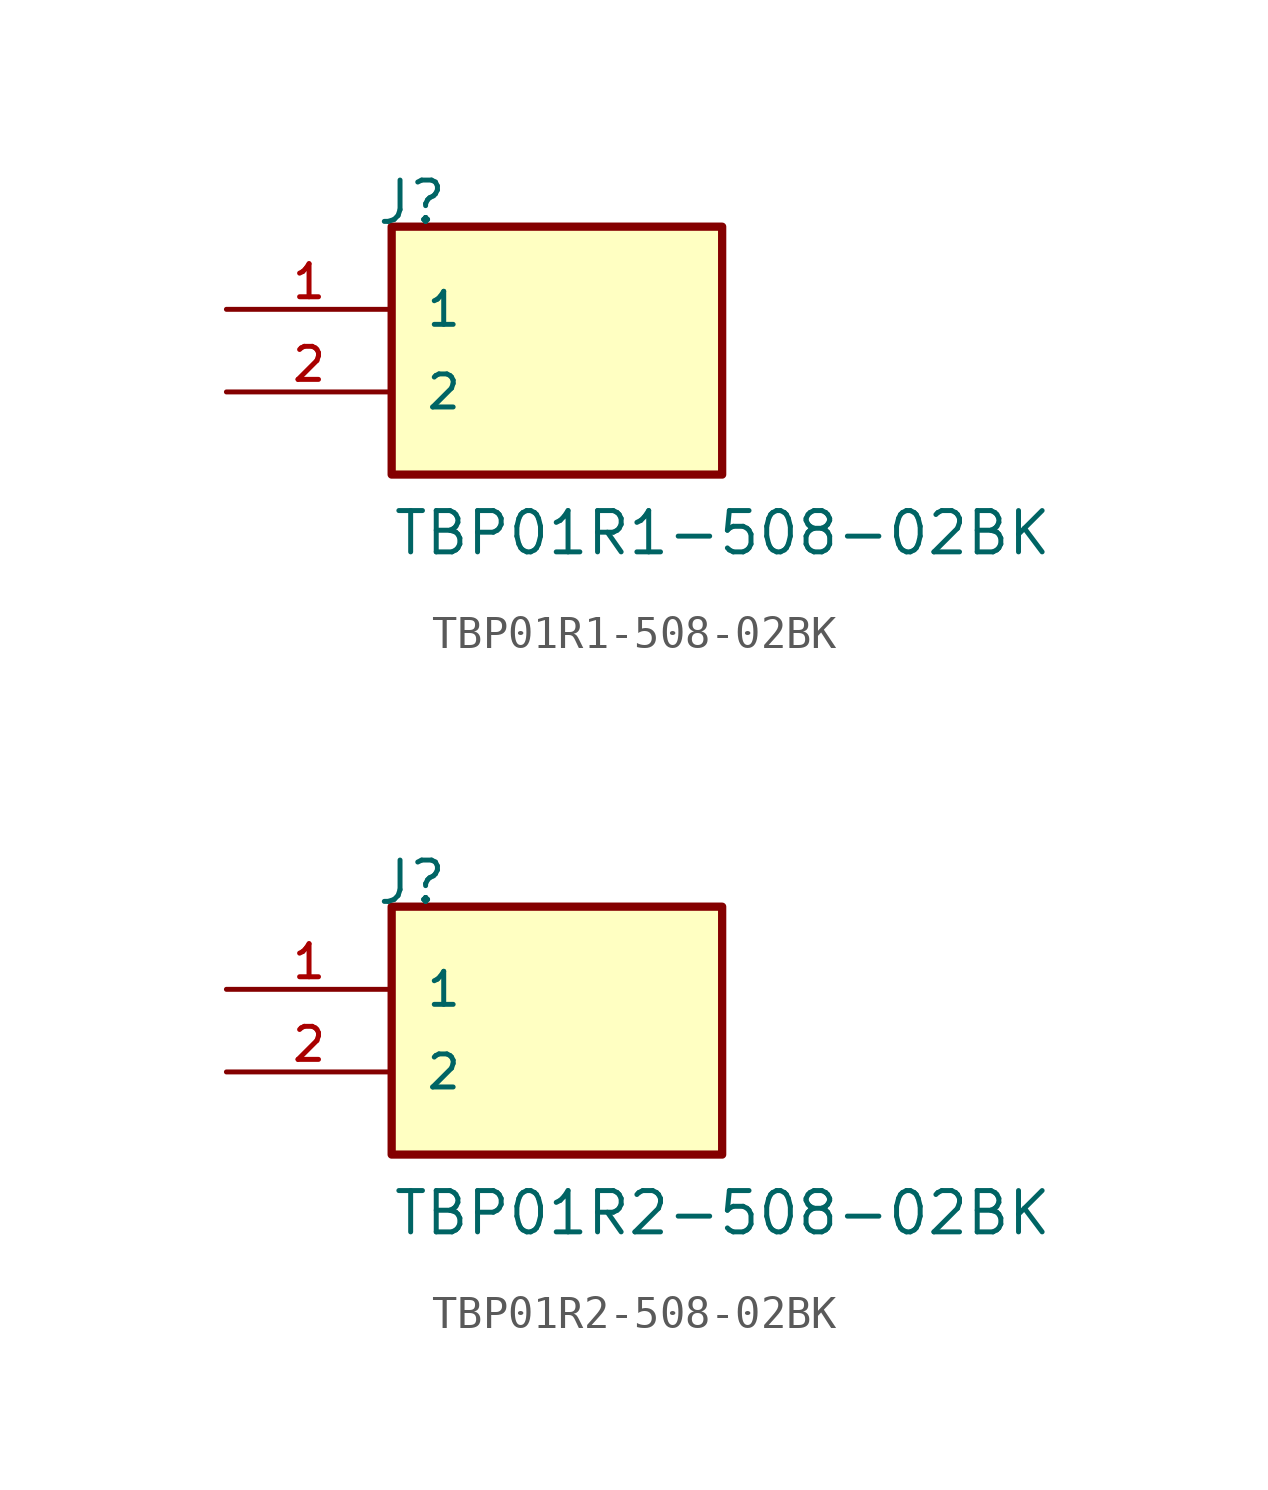
<source format=kicad_sym>
(kicad_symbol_lib
  (version 20220914)
  (generator kicad_symbol_editor)
  (symbol "TBP01R1-508-02BK"
    (pin_names
      (offset 1.016))
    (property "Reference" "J"
      (at -5.588 5.08 0)
      (effects (font (size 1.27 1.27)) (justify left bottom)))
    (property "Value" "TBP01R1-508-02BK"
      (at -5.08 -5.08 0)
      (effects (font (size 1.27 1.27)) (justify left bottom)))
    (property "ki_locked" ""
      (at 0 0 0)
      (effects (font (size 1.27 1.27))))
    (symbol "TBP01R1-508-02BK_0_0"
      (rectangle (start -5.08 -2.54) (end 5.08 5.08) (stroke (width 0.254) (type solid)) (fill (type background)))
      (pin passive line (at -10.16 2.54 0) (length 5.08) (name "1" (effects (font (size 1.016 1.016)))) (number "1" (effects (font (size 1.016 1.016)))))
      (pin passive line (at -10.16 0 0) (length 5.08) (name "2" (effects (font (size 1.016 1.016)))) (number "2" (effects (font (size 1.016 1.016)))))))
  (symbol "TBP01R2-508-02BK"
    (pin_names
      (offset 1.016))
    (property "Reference" "J"
      (at -5.588 5.08 0)
      (effects (font (size 1.27 1.27)) (justify left bottom)))
    (property "Value" "TBP01R2-508-02BK"
      (at -5.08 -5.08 0)
      (effects (font (size 1.27 1.27)) (justify left bottom)))
    (property "ki_locked" ""
      (at 0 0 0)
      (effects (font (size 1.27 1.27))))
    (symbol "TBP01R2-508-02BK_0_0"
      (rectangle (start -5.08 -2.54) (end 5.08 5.08) (stroke (width 0.254) (type solid)) (fill (type background)))
      (pin passive line (at -10.16 2.54 0) (length 5.08) (name "1" (effects (font (size 1.016 1.016)))) (number "1" (effects (font (size 1.016 1.016)))))
      (pin passive line (at -10.16 0 0) (length 5.08) (name "2" (effects (font (size 1.016 1.016)))) (number "2" (effects (font (size 1.016 1.016))))))))
</source>
